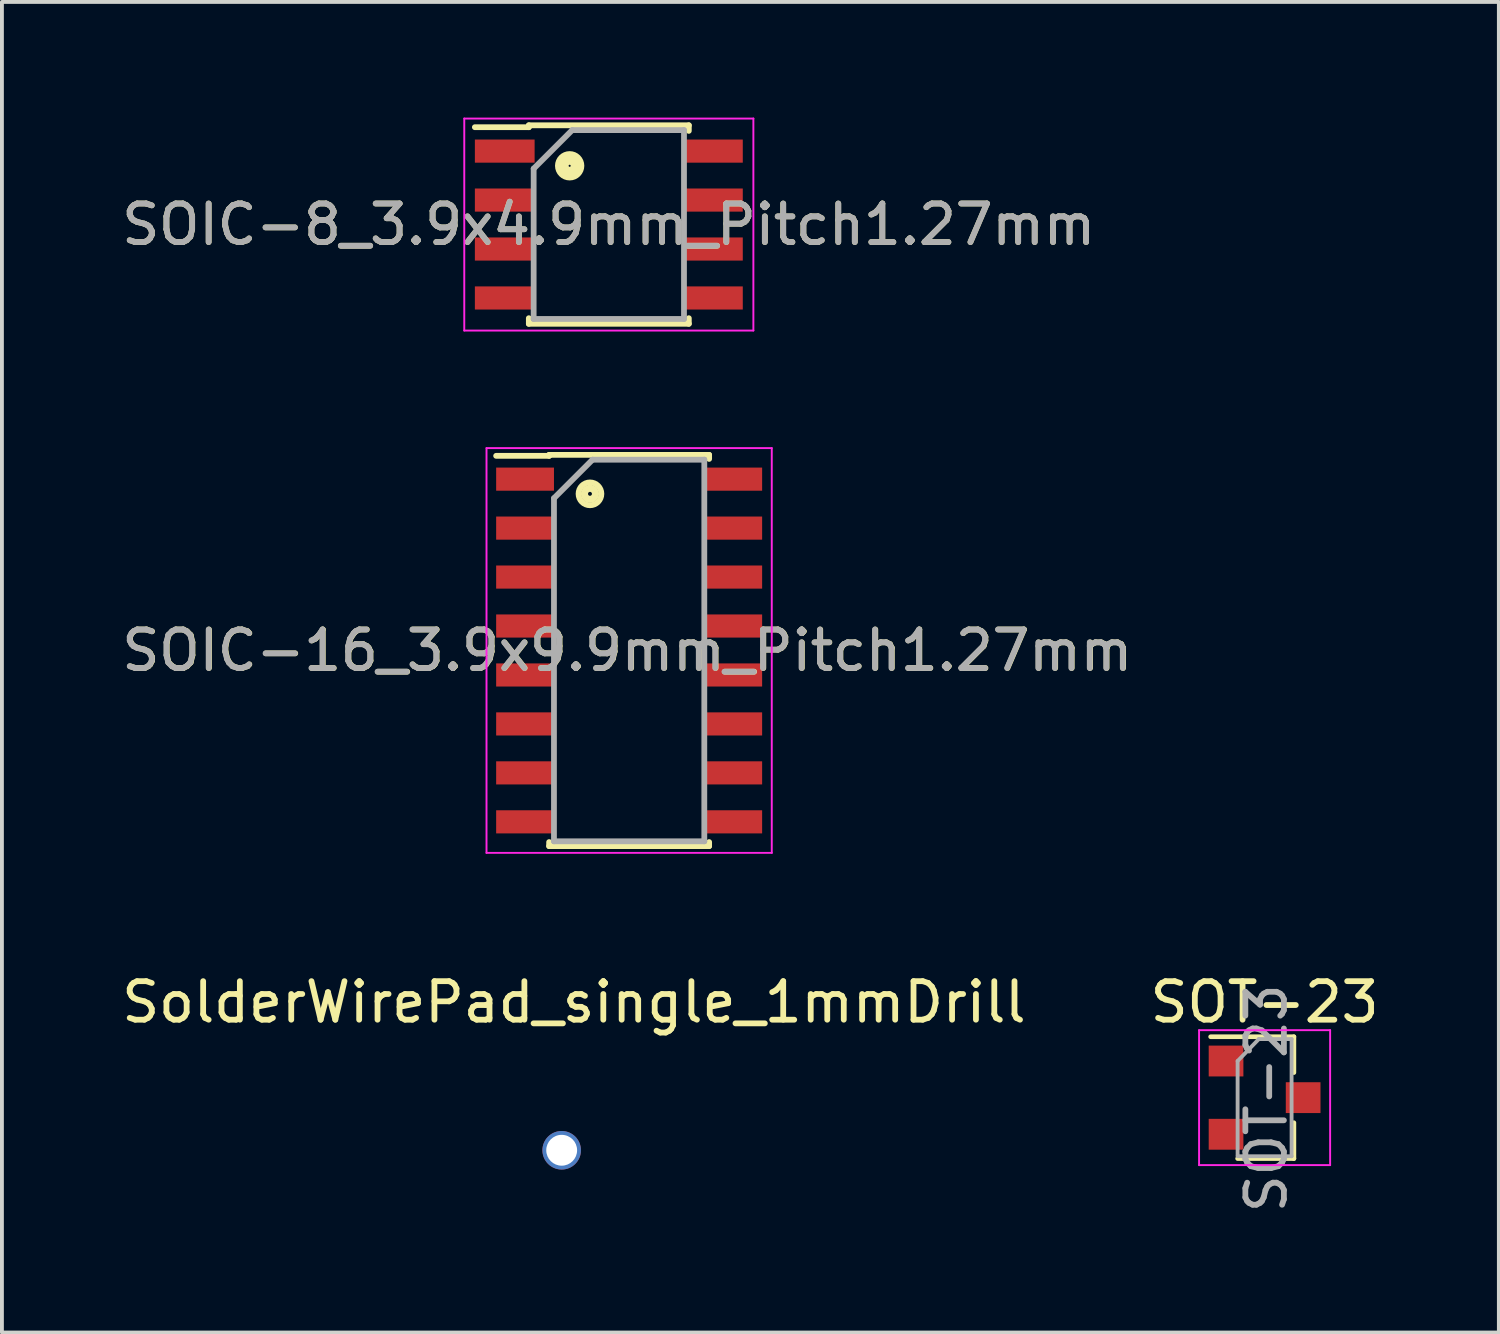
<source format=kicad_pcb>
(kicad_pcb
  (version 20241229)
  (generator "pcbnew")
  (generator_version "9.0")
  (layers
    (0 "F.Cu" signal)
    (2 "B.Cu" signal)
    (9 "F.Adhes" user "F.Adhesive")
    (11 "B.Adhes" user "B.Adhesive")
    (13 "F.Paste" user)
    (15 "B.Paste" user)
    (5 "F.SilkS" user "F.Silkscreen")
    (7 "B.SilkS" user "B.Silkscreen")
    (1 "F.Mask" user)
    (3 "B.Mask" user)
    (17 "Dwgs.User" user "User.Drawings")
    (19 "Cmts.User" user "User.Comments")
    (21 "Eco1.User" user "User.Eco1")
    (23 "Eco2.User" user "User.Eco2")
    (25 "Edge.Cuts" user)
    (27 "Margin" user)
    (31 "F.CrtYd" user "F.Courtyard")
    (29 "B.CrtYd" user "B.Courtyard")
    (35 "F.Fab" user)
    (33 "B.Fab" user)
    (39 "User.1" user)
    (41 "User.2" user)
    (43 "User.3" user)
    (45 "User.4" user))
  (footprint "SolderWirePad_single_1mmDrill"
    (layer "F.Cu")
    (at 11.839 26.758)
    (property "Reference" "SolderWirePad_single_1mmDrill" (at 0 -3.81 0) (layer "F.SilkS") (effects (font (size 1 1) (thickness 0.15))))
    (attr through_hole)
    (pad "1" thru_hole circle (at -0.318 0.032) (size 1 1) (drill 0.8) (layers "*.Cu")))
  (footprint "SOIC-8_3.9x4.9mm_Pitch1.27mm"
    (layer "F.Cu")
    (at 12.744 2.775)
    (property "Reference" "SOIC-8_3.9x4.9mm_Pitch1.27mm" (at 0 0 0) (layer "F.SilkS") (effects (font (size 1 1) (thickness 0.15))))
    (attr smd)
    (fp_line (start -2.075 -2.575) (end -2.075 -2.525) (stroke (width 0.15) (type solid)) (layer "F.SilkS"))
    (fp_line (start -2.075 -2.575) (end 2.075 -2.575) (stroke (width 0.15) (type solid)) (layer "F.SilkS"))
    (fp_line (start -2.075 -2.525) (end -3.475 -2.525) (stroke (width 0.15) (type solid)) (layer "F.SilkS"))
    (fp_line (start -2.075 2.575) (end -2.075 2.43) (stroke (width 0.15) (type solid)) (layer "F.SilkS"))
    (fp_line (start -2.075 2.575) (end 2.075 2.575) (stroke (width 0.15) (type solid)) (layer "F.SilkS"))
    (fp_line (start 2.075 -2.575) (end 2.075 -2.43) (stroke (width 0.15) (type solid)) (layer "F.SilkS"))
    (fp_line (start 2.075 2.575) (end 2.075 2.43) (stroke (width 0.15) (type solid)) (layer "F.SilkS"))
    (fp_circle (center -1.016 -1.524) (end -0.914 -1.524) (stroke (width 0.15) (type solid)) (fill no) (layer "F.SilkS"))
    (fp_circle (center -1.016 -1.524) (end -0.813 -1.524) (stroke (width 0.15) (type solid)) (fill no) (layer "F.SilkS"))
    (fp_circle (center -1.016 -1.524) (end -0.711 -1.524) (stroke (width 0.15) (type solid)) (fill no) (layer "F.SilkS"))
    (fp_line (start -3.75 -2.75) (end -3.75 2.75) (stroke (width 0.05) (type solid)) (layer "F.CrtYd"))
    (fp_line (start -3.75 -2.75) (end 3.75 -2.75) (stroke (width 0.05) (type solid)) (layer "F.CrtYd"))
    (fp_line (start -3.75 2.75) (end 3.75 2.75) (stroke (width 0.05) (type solid)) (layer "F.CrtYd"))
    (fp_line (start 3.75 -2.75) (end 3.75 2.75) (stroke (width 0.05) (type solid)) (layer "F.CrtYd"))
    (fp_line (start -1.95 -1.45) (end -0.95 -2.45) (stroke (width 0.15) (type solid)) (layer "F.Fab"))
    (fp_line (start -1.95 2.45) (end -1.95 -1.45) (stroke (width 0.15) (type solid)) (layer "F.Fab"))
    (fp_line (start -0.95 -2.45) (end 1.95 -2.45) (stroke (width 0.15) (type solid)) (layer "F.Fab"))
    (fp_line (start 1.95 -2.45) (end 1.95 2.45) (stroke (width 0.15) (type solid)) (layer "F.Fab"))
    (fp_line (start 1.95 2.45) (end -1.95 2.45) (stroke (width 0.15) (type solid)) (layer "F.Fab"))
    (fp_text user "${REFERENCE}" (at 0 0 0) (layer "F.Fab") (effects (font (size 1 1) (thickness 0.15))))
    (pad "1" smd rect (at -2.7 -1.905) (size 1.55 0.6) (layers "F.Cu" "F.Mask" "F.Paste"))
    (pad "2" smd rect (at -2.7 -0.635) (size 1.55 0.6) (layers "F.Cu" "F.Mask" "F.Paste"))
    (pad "3" smd rect (at -2.7 0.635) (size 1.55 0.6) (layers "F.Cu" "F.Mask" "F.Paste"))
    (pad "4" smd rect (at -2.7 1.905) (size 1.55 0.6) (layers "F.Cu" "F.Mask" "F.Paste"))
    (pad "5" smd rect (at 2.7 1.905) (size 1.55 0.6) (layers "F.Cu" "F.Mask" "F.Paste"))
    (pad "6" smd rect (at 2.7 0.635) (size 1.55 0.6) (layers "F.Cu" "F.Mask" "F.Paste"))
    (pad "7" smd rect (at 2.7 -0.635) (size 1.55 0.6) (layers "F.Cu" "F.Mask" "F.Paste"))
    (pad "8" smd rect (at 2.7 -1.905) (size 1.55 0.6) (layers "F.Cu" "F.Mask" "F.Paste")))
  (footprint "SOT-23"
    (layer "F.Cu")
    (at 29.756 25.425)
    (property "Reference" "SOT-23" (at 0 -2.477 0) (layer "F.SilkS") (effects (font (size 1 1) (thickness 0.15))))
    (attr smd)
    (fp_line (start 0.76 -1.58) (end -1.4 -1.58) (stroke (width 0.12) (type solid)) (layer "F.SilkS"))
    (fp_line (start 0.76 -1.58) (end 0.76 -0.65) (stroke (width 0.12) (type solid)) (layer "F.SilkS"))
    (fp_line (start 0.76 1.58) (end -0.7 1.58) (stroke (width 0.12) (type solid)) (layer "F.SilkS"))
    (fp_line (start 0.76 1.58) (end 0.76 0.65) (stroke (width 0.12) (type solid)) (layer "F.SilkS"))
    (fp_line (start -1.7 -1.75) (end 1.7 -1.75) (stroke (width 0.05) (type solid)) (layer "F.CrtYd"))
    (fp_line (start -1.7 1.75) (end -1.7 -1.75) (stroke (width 0.05) (type solid)) (layer "F.CrtYd"))
    (fp_line (start 1.7 -1.75) (end 1.7 1.75) (stroke (width 0.05) (type solid)) (layer "F.CrtYd"))
    (fp_line (start 1.7 1.75) (end -1.7 1.75) (stroke (width 0.05) (type solid)) (layer "F.CrtYd"))
    (fp_line (start -0.7 -0.95) (end -0.7 1.5) (stroke (width 0.1) (type solid)) (layer "F.Fab"))
    (fp_line (start -0.7 -0.95) (end -0.15 -1.52) (stroke (width 0.1) (type solid)) (layer "F.Fab"))
    (fp_line (start -0.7 1.52) (end 0.7 1.52) (stroke (width 0.1) (type solid)) (layer "F.Fab"))
    (fp_line (start -0.15 -1.52) (end 0.7 -1.52) (stroke (width 0.1) (type solid)) (layer "F.Fab"))
    (fp_line (start 0.7 -1.52) (end 0.7 1.52) (stroke (width 0.1) (type solid)) (layer "F.Fab"))
    (fp_text user "${REFERENCE}" (at 0.046 0.016 270) (layer "F.Fab") (effects (font (size 1 1) (thickness 0.15))))
    (pad "1" smd rect (at -1 -0.95) (size 0.9 0.8) (layers "F.Cu" "F.Mask" "F.Paste"))
    (pad "2" smd rect (at -1 0.95) (size 0.9 0.8) (layers "F.Cu" "F.Mask" "F.Paste"))
    (pad "3" smd rect (at 1 0) (size 0.9 0.8) (layers "F.Cu" "F.Mask" "F.Paste")))
  (footprint "SOIC-16_3.9x9.9mm_Pitch1.27mm"
    (layer "F.Cu")
    (at 13.271 13.825)
    (property "Reference" "SOIC-16_3.9x9.9mm_Pitch1.27mm" (at -0.043 0 0) (layer "F.SilkS") (effects (font (size 1 1) (thickness 0.15))))
    (attr smd)
    (fp_line (start -2.075 -5.075) (end -2.075 -5.05) (stroke (width 0.15) (type solid)) (layer "F.SilkS"))
    (fp_line (start -2.075 -5.075) (end 2.075 -5.075) (stroke (width 0.15) (type solid)) (layer "F.SilkS"))
    (fp_line (start -2.075 -5.05) (end -3.45 -5.05) (stroke (width 0.15) (type solid)) (layer "F.SilkS"))
    (fp_line (start -2.075 5.075) (end -2.075 4.97) (stroke (width 0.15) (type solid)) (layer "F.SilkS"))
    (fp_line (start -2.075 5.075) (end 2.075 5.075) (stroke (width 0.15) (type solid)) (layer "F.SilkS"))
    (fp_line (start 2.075 -5.075) (end 2.075 -4.97) (stroke (width 0.15) (type solid)) (layer "F.SilkS"))
    (fp_line (start 2.075 5.075) (end 2.075 4.97) (stroke (width 0.15) (type solid)) (layer "F.SilkS"))
    (fp_circle (center -1.016 -4.064) (end -0.965 -4.064) (stroke (width 0.15) (type solid)) (fill no) (layer "F.SilkS"))
    (fp_circle (center -1.016 -4.064) (end -0.864 -4.013) (stroke (width 0.15) (type solid)) (fill no) (layer "F.SilkS"))
    (fp_circle (center -1.016 -4.064) (end -0.762 -3.912) (stroke (width 0.15) (type solid)) (fill no) (layer "F.SilkS"))
    (fp_line (start -3.7 -5.25) (end -3.7 5.25) (stroke (width 0.05) (type solid)) (layer "F.CrtYd"))
    (fp_line (start -3.7 -5.25) (end 3.7 -5.25) (stroke (width 0.05) (type solid)) (layer "F.CrtYd"))
    (fp_line (start -3.7 5.25) (end 3.7 5.25) (stroke (width 0.05) (type solid)) (layer "F.CrtYd"))
    (fp_line (start 3.7 -5.25) (end 3.7 5.25) (stroke (width 0.05) (type solid)) (layer "F.CrtYd"))
    (fp_line (start -1.95 -3.95) (end -0.95 -4.95) (stroke (width 0.15) (type solid)) (layer "F.Fab"))
    (fp_line (start -1.95 4.95) (end -1.95 -3.95) (stroke (width 0.15) (type solid)) (layer "F.Fab"))
    (fp_line (start -0.95 -4.95) (end 1.95 -4.95) (stroke (width 0.15) (type solid)) (layer "F.Fab"))
    (fp_line (start 1.95 -4.95) (end 1.95 4.95) (stroke (width 0.15) (type solid)) (layer "F.Fab"))
    (fp_line (start 1.95 4.95) (end -1.95 4.95) (stroke (width 0.15) (type solid)) (layer "F.Fab"))
    (fp_text user "${REFERENCE}" (at -0.051 0 0) (layer "F.Fab") (effects (font (size 1 1) (thickness 0.15))))
    (pad "1" smd rect (at -2.7 -4.445) (size 1.5 0.6) (layers "F.Cu" "F.Mask" "F.Paste"))
    (pad "2" smd rect (at -2.7 -3.175) (size 1.5 0.6) (layers "F.Cu" "F.Mask" "F.Paste"))
    (pad "3" smd rect (at -2.7 -1.905) (size 1.5 0.6) (layers "F.Cu" "F.Mask" "F.Paste"))
    (pad "4" smd rect (at -2.7 -0.635) (size 1.5 0.6) (layers "F.Cu" "F.Mask" "F.Paste"))
    (pad "5" smd rect (at -2.7 0.635) (size 1.5 0.6) (layers "F.Cu" "F.Mask" "F.Paste"))
    (pad "6" smd rect (at -2.7 1.905) (size 1.5 0.6) (layers "F.Cu" "F.Mask" "F.Paste"))
    (pad "7" smd rect (at -2.7 3.175) (size 1.5 0.6) (layers "F.Cu" "F.Mask" "F.Paste"))
    (pad "8" smd rect (at -2.7 4.445) (size 1.5 0.6) (layers "F.Cu" "F.Mask" "F.Paste"))
    (pad "9" smd rect (at 2.7 4.445) (size 1.5 0.6) (layers "F.Cu" "F.Mask" "F.Paste"))
    (pad "10" smd rect (at 2.7 3.175) (size 1.5 0.6) (layers "F.Cu" "F.Mask" "F.Paste"))
    (pad "11" smd rect (at 2.7 1.905) (size 1.5 0.6) (layers "F.Cu" "F.Mask" "F.Paste"))
    (pad "12" smd rect (at 2.7 0.635) (size 1.5 0.6) (layers "F.Cu" "F.Mask" "F.Paste"))
    (pad "13" smd rect (at 2.7 -0.635) (size 1.5 0.6) (layers "F.Cu" "F.Mask" "F.Paste"))
    (pad "14" smd rect (at 2.7 -1.905) (size 1.5 0.6) (layers "F.Cu" "F.Mask" "F.Paste"))
    (pad "15" smd rect (at 2.7 -3.175) (size 1.5 0.6) (layers "F.Cu" "F.Mask" "F.Paste"))
    (pad "16" smd rect (at 2.7 -4.445) (size 1.5 0.6) (layers "F.Cu" "F.Mask" "F.Paste")))
  (gr_rect
    (start -3 -3)
    (end 35.833 31.518)
    (stroke (width 0.1) (type default))
    (fill no)
    (layer "Edge.Cuts")))
</source>
